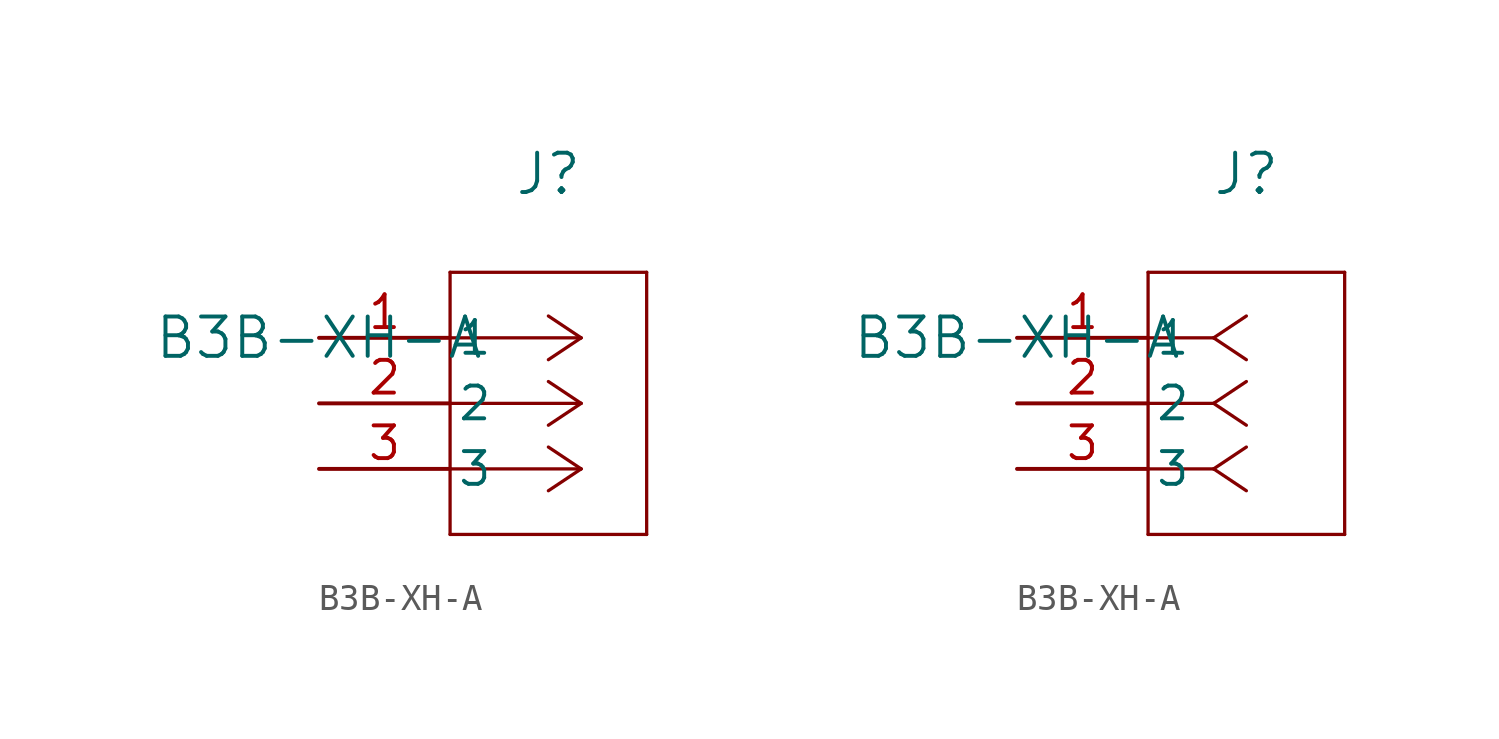
<source format=kicad_sym>
(kicad_symbol_lib
  (version 20211014)
  (generator kicad_symbol_editor)
  (symbol "B3B-XH-A"
    (pin_names
      (offset 0.254))
    (property "Reference" "J"
      (at 8.89 6.35 0)
      (effects (font (size 1.524 1.524))))
    (property "Value" "B3B-XH-A"
      (at 0 0 0)
      (effects (font (size 1.524 1.524))))
    (symbol "B3B-XH-A_1_1"
      (polyline (pts (xy 10.16 0) (xy 5.08 0)) (stroke (width 0.127) (type default) (color 0 0 0 0)) (fill (type none)))
      (polyline (pts (xy 10.16 -2.54) (xy 5.08 -2.54)) (stroke (width 0.127) (type default) (color 0 0 0 0)) (fill (type none)))
      (polyline (pts (xy 10.16 -5.08) (xy 5.08 -5.08)) (stroke (width 0.127) (type default) (color 0 0 0 0)) (fill (type none)))
      (polyline (pts (xy 10.16 0) (xy 8.89 0.847)) (stroke (width 0.127) (type default) (color 0 0 0 0)) (fill (type none)))
      (polyline (pts (xy 10.16 -2.54) (xy 8.89 -1.693)) (stroke (width 0.127) (type default) (color 0 0 0 0)) (fill (type none)))
      (polyline (pts (xy 10.16 -5.08) (xy 8.89 -4.233)) (stroke (width 0.127) (type default) (color 0 0 0 0)) (fill (type none)))
      (polyline (pts (xy 10.16 0) (xy 8.89 -0.847)) (stroke (width 0.127) (type default) (color 0 0 0 0)) (fill (type none)))
      (polyline (pts (xy 10.16 -2.54) (xy 8.89 -3.387)) (stroke (width 0.127) (type default) (color 0 0 0 0)) (fill (type none)))
      (polyline (pts (xy 10.16 -5.08) (xy 8.89 -5.927)) (stroke (width 0.127) (type default) (color 0 0 0 0)) (fill (type none)))
      (polyline (pts (xy 5.08 2.54) (xy 5.08 -7.62)) (stroke (width 0.127) (type default) (color 0 0 0 0)) (fill (type none)))
      (polyline (pts (xy 5.08 -7.62) (xy 12.7 -7.62)) (stroke (width 0.127) (type default) (color 0 0 0 0)) (fill (type none)))
      (polyline (pts (xy 12.7 -7.62) (xy 12.7 2.54)) (stroke (width 0.127) (type default) (color 0 0 0 0)) (fill (type none)))
      (polyline (pts (xy 12.7 2.54) (xy 5.08 2.54)) (stroke (width 0.127) (type default) (color 0 0 0 0)) (fill (type none)))
      (pin unspecified line (at 0 0 0) (length 5.08) (name "1" (effects (font (size 1.27 1.27)))) (number "1" (effects (font (size 1.27 1.27)))))
      (pin unspecified line (at 0 -2.54 0) (length 5.08) (name "2" (effects (font (size 1.27 1.27)))) (number "2" (effects (font (size 1.27 1.27)))))
      (pin unspecified line (at 0 -5.08 0) (length 5.08) (name "3" (effects (font (size 1.27 1.27)))) (number "3" (effects (font (size 1.27 1.27))))))
    (symbol "B3B-XH-A_1_2"
      (polyline (pts (xy 7.62 0) (xy 5.08 0)) (stroke (width 0.127) (type default) (color 0 0 0 0)) (fill (type none)))
      (polyline (pts (xy 7.62 -2.54) (xy 5.08 -2.54)) (stroke (width 0.127) (type default) (color 0 0 0 0)) (fill (type none)))
      (polyline (pts (xy 7.62 -5.08) (xy 5.08 -5.08)) (stroke (width 0.127) (type default) (color 0 0 0 0)) (fill (type none)))
      (polyline (pts (xy 7.62 0) (xy 8.89 0.847)) (stroke (width 0.127) (type default) (color 0 0 0 0)) (fill (type none)))
      (polyline (pts (xy 7.62 -2.54) (xy 8.89 -1.693)) (stroke (width 0.127) (type default) (color 0 0 0 0)) (fill (type none)))
      (polyline (pts (xy 7.62 -5.08) (xy 8.89 -4.233)) (stroke (width 0.127) (type default) (color 0 0 0 0)) (fill (type none)))
      (polyline (pts (xy 7.62 0) (xy 8.89 -0.847)) (stroke (width 0.127) (type default) (color 0 0 0 0)) (fill (type none)))
      (polyline (pts (xy 7.62 -2.54) (xy 8.89 -3.387)) (stroke (width 0.127) (type default) (color 0 0 0 0)) (fill (type none)))
      (polyline (pts (xy 7.62 -5.08) (xy 8.89 -5.927)) (stroke (width 0.127) (type default) (color 0 0 0 0)) (fill (type none)))
      (polyline (pts (xy 5.08 2.54) (xy 5.08 -7.62)) (stroke (width 0.127) (type default) (color 0 0 0 0)) (fill (type none)))
      (polyline (pts (xy 5.08 -7.62) (xy 12.7 -7.62)) (stroke (width 0.127) (type default) (color 0 0 0 0)) (fill (type none)))
      (polyline (pts (xy 12.7 -7.62) (xy 12.7 2.54)) (stroke (width 0.127) (type default) (color 0 0 0 0)) (fill (type none)))
      (polyline (pts (xy 12.7 2.54) (xy 5.08 2.54)) (stroke (width 0.127) (type default) (color 0 0 0 0)) (fill (type none)))
      (pin unspecified line (at 0 0 0) (length 5.08) (name "1" (effects (font (size 1.27 1.27)))) (number "1" (effects (font (size 1.27 1.27)))))
      (pin unspecified line (at 0 -2.54 0) (length 5.08) (name "2" (effects (font (size 1.27 1.27)))) (number "2" (effects (font (size 1.27 1.27)))))
      (pin unspecified line (at 0 -5.08 0) (length 5.08) (name "3" (effects (font (size 1.27 1.27)))) (number "3" (effects (font (size 1.27 1.27))))))))
</source>
